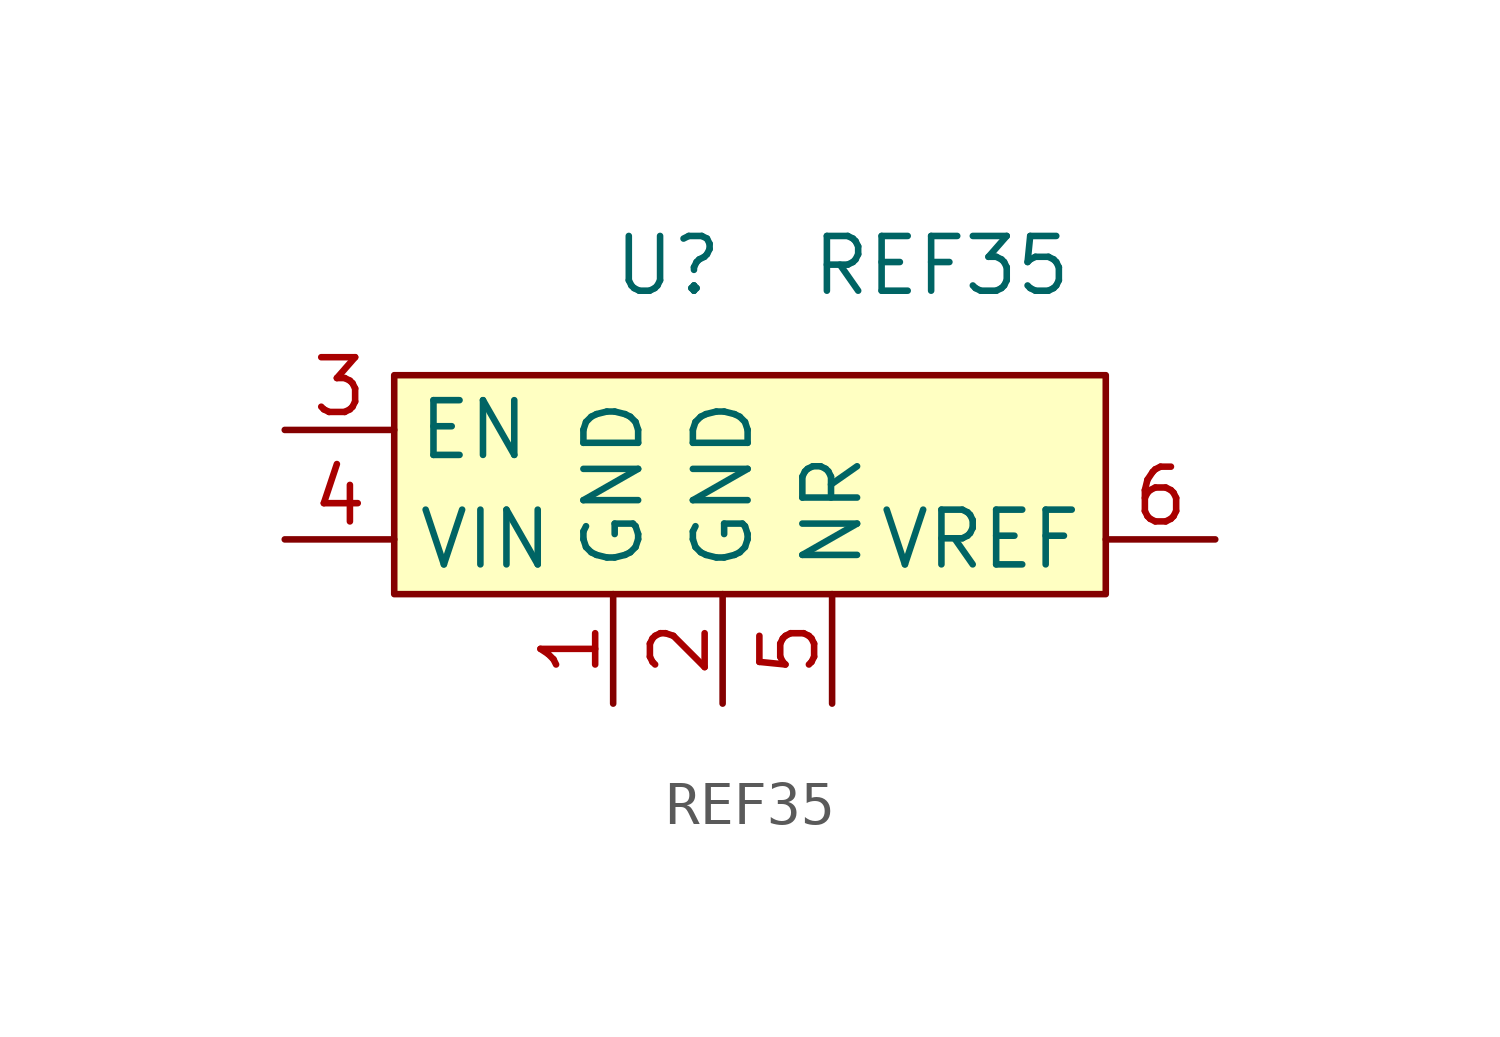
<source format=kicad_sym>
(kicad_symbol_lib
  (version 20211014)
  (generator kicad_symbol_editor)
  (symbol "REF35"
    (property "Reference" "U"
      (at -1.27 5.08 0)
      (effects (font (size 1.27 1.27))))
    (property "Value" "REF35"
      (at 5.08 5.08 0)
      (effects (font (size 1.27 1.27))))
    (symbol "REF35_0_0"
      (pin unspecified line (at -2.54 -5.08 90) (length 2.54) (name "GND" (effects (font (size 1.27 1.27)))) (number "1" (effects (font (size 1.27 1.27)))))
      (pin unspecified line (at 0 -5.08 90) (length 2.54) (name "GND" (effects (font (size 1.27 1.27)))) (number "2" (effects (font (size 1.27 1.27)))))
      (pin unspecified line (at -10.16 1.27 0) (length 2.54) (name "EN" (effects (font (size 1.27 1.27)))) (number "3" (effects (font (size 1.27 1.27)))))
      (pin unspecified line (at -10.16 -1.27 0) (length 2.54) (name "VIN" (effects (font (size 1.27 1.27)))) (number "4" (effects (font (size 1.27 1.27)))))
      (pin unspecified line (at 2.54 -5.08 90) (length 2.54) (name "NR" (effects (font (size 1.27 1.27)))) (number "5" (effects (font (size 1.27 1.27)))))
      (pin unspecified line (at 11.43 -1.27 180) (length 2.54) (name "VREF" (effects (font (size 1.27 1.27)))) (number "6" (effects (font (size 1.27 1.27))))))
    (symbol "REF35_0_1"
      (rectangle (start -7.62 2.54) (end 8.89 -2.54) (stroke (width 0) (type default) (color 0 0 0 0)) (fill (type background))))))
</source>
